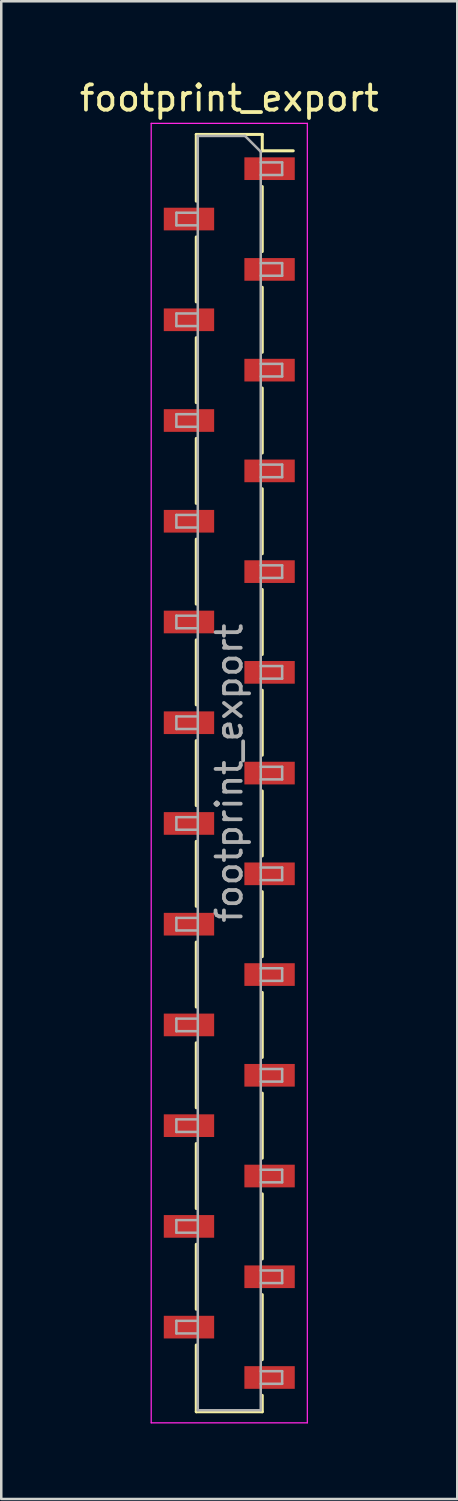
<source format=kicad_pcb>
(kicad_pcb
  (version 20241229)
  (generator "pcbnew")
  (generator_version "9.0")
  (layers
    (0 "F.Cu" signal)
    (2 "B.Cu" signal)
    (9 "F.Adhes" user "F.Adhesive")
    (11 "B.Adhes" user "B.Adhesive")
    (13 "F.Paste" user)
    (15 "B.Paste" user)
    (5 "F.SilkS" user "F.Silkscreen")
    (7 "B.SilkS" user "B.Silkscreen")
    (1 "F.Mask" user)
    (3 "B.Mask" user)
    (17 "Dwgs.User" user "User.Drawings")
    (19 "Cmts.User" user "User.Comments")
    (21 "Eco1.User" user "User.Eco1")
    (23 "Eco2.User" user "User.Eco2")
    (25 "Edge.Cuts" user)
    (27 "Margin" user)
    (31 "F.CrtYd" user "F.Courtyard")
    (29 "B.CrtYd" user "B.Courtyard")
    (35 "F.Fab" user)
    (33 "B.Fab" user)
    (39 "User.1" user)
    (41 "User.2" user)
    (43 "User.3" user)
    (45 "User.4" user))
  (footprint "footprint_export"
    (layer "F.Cu")
    (at 6.054 27.648)
    (property "Reference" "footprint_export" (at 0 -26.8 0) (layer "F.SilkS") (effects (font (size 1 1) (thickness 0.15))))
    (attr smd)
    (fp_line (start -1.31 -25.36) (end -1.31 -22.71) (stroke (width 0.12) (type solid)) (layer "F.SilkS"))
    (fp_line (start -1.31 -25.36) (end 1.31 -25.36) (stroke (width 0.12) (type solid)) (layer "F.SilkS"))
    (fp_line (start -1.31 -21.29) (end -1.31 -18.71) (stroke (width 0.12) (type solid)) (layer "F.SilkS"))
    (fp_line (start -1.31 -17.29) (end -1.31 -14.71) (stroke (width 0.12) (type solid)) (layer "F.SilkS"))
    (fp_line (start -1.31 -13.29) (end -1.31 -10.71) (stroke (width 0.12) (type solid)) (layer "F.SilkS"))
    (fp_line (start -1.31 -9.29) (end -1.31 -6.71) (stroke (width 0.12) (type solid)) (layer "F.SilkS"))
    (fp_line (start -1.31 -5.29) (end -1.31 -2.71) (stroke (width 0.12) (type solid)) (layer "F.SilkS"))
    (fp_line (start -1.31 -1.29) (end -1.31 1.29) (stroke (width 0.12) (type solid)) (layer "F.SilkS"))
    (fp_line (start -1.31 2.71) (end -1.31 5.29) (stroke (width 0.12) (type solid)) (layer "F.SilkS"))
    (fp_line (start -1.31 6.71) (end -1.31 9.29) (stroke (width 0.12) (type solid)) (layer "F.SilkS"))
    (fp_line (start -1.31 10.71) (end -1.31 13.29) (stroke (width 0.12) (type solid)) (layer "F.SilkS"))
    (fp_line (start -1.31 14.71) (end -1.31 17.29) (stroke (width 0.12) (type solid)) (layer "F.SilkS"))
    (fp_line (start -1.31 18.71) (end -1.31 21.29) (stroke (width 0.12) (type solid)) (layer "F.SilkS"))
    (fp_line (start -1.31 22.71) (end -1.31 25.36) (stroke (width 0.12) (type solid)) (layer "F.SilkS"))
    (fp_line (start -1.31 25.36) (end 1.31 25.36) (stroke (width 0.12) (type solid)) (layer "F.SilkS"))
    (fp_line (start 1.31 -25.36) (end 1.31 -24.71) (stroke (width 0.12) (type solid)) (layer "F.SilkS"))
    (fp_line (start 1.31 -24.71) (end 2.54 -24.71) (stroke (width 0.12) (type solid)) (layer "F.SilkS"))
    (fp_line (start 1.31 -23.29) (end 1.31 -20.71) (stroke (width 0.12) (type solid)) (layer "F.SilkS"))
    (fp_line (start 1.31 -19.29) (end 1.31 -16.71) (stroke (width 0.12) (type solid)) (layer "F.SilkS"))
    (fp_line (start 1.31 -15.29) (end 1.31 -12.71) (stroke (width 0.12) (type solid)) (layer "F.SilkS"))
    (fp_line (start 1.31 -11.29) (end 1.31 -8.71) (stroke (width 0.12) (type solid)) (layer "F.SilkS"))
    (fp_line (start 1.31 -7.29) (end 1.31 -4.71) (stroke (width 0.12) (type solid)) (layer "F.SilkS"))
    (fp_line (start 1.31 -3.29) (end 1.31 -0.71) (stroke (width 0.12) (type solid)) (layer "F.SilkS"))
    (fp_line (start 1.31 0.71) (end 1.31 3.29) (stroke (width 0.12) (type solid)) (layer "F.SilkS"))
    (fp_line (start 1.31 4.71) (end 1.31 7.29) (stroke (width 0.12) (type solid)) (layer "F.SilkS"))
    (fp_line (start 1.31 8.71) (end 1.31 11.29) (stroke (width 0.12) (type solid)) (layer "F.SilkS"))
    (fp_line (start 1.31 12.71) (end 1.31 15.29) (stroke (width 0.12) (type solid)) (layer "F.SilkS"))
    (fp_line (start 1.31 16.71) (end 1.31 19.29) (stroke (width 0.12) (type solid)) (layer "F.SilkS"))
    (fp_line (start 1.31 20.71) (end 1.31 23.29) (stroke (width 0.12) (type solid)) (layer "F.SilkS"))
    (fp_line (start 1.31 24.71) (end 1.31 25.36) (stroke (width 0.12) (type solid)) (layer "F.SilkS"))
    (fp_line (start -3.1 -25.8) (end 3.1 -25.8) (stroke (width 0.05) (type solid)) (layer "F.CrtYd"))
    (fp_line (start -3.1 25.8) (end -3.1 -25.8) (stroke (width 0.05) (type solid)) (layer "F.CrtYd"))
    (fp_line (start 3.1 -25.8) (end 3.1 25.8) (stroke (width 0.05) (type solid)) (layer "F.CrtYd"))
    (fp_line (start 3.1 25.8) (end -3.1 25.8) (stroke (width 0.05) (type solid)) (layer "F.CrtYd"))
    (fp_line (start -2.1 -22.25) (end -1.25 -22.25) (stroke (width 0.1) (type solid)) (layer "F.Fab"))
    (fp_line (start -2.1 -21.75) (end -2.1 -22.25) (stroke (width 0.1) (type solid)) (layer "F.Fab"))
    (fp_line (start -2.1 -18.25) (end -1.25 -18.25) (stroke (width 0.1) (type solid)) (layer "F.Fab"))
    (fp_line (start -2.1 -17.75) (end -2.1 -18.25) (stroke (width 0.1) (type solid)) (layer "F.Fab"))
    (fp_line (start -2.1 -14.25) (end -1.25 -14.25) (stroke (width 0.1) (type solid)) (layer "F.Fab"))
    (fp_line (start -2.1 -13.75) (end -2.1 -14.25) (stroke (width 0.1) (type solid)) (layer "F.Fab"))
    (fp_line (start -2.1 -10.25) (end -1.25 -10.25) (stroke (width 0.1) (type solid)) (layer "F.Fab"))
    (fp_line (start -2.1 -9.75) (end -2.1 -10.25) (stroke (width 0.1) (type solid)) (layer "F.Fab"))
    (fp_line (start -2.1 -6.25) (end -1.25 -6.25) (stroke (width 0.1) (type solid)) (layer "F.Fab"))
    (fp_line (start -2.1 -5.75) (end -2.1 -6.25) (stroke (width 0.1) (type solid)) (layer "F.Fab"))
    (fp_line (start -2.1 -2.25) (end -1.25 -2.25) (stroke (width 0.1) (type solid)) (layer "F.Fab"))
    (fp_line (start -2.1 -1.75) (end -2.1 -2.25) (stroke (width 0.1) (type solid)) (layer "F.Fab"))
    (fp_line (start -2.1 1.75) (end -1.25 1.75) (stroke (width 0.1) (type solid)) (layer "F.Fab"))
    (fp_line (start -2.1 2.25) (end -2.1 1.75) (stroke (width 0.1) (type solid)) (layer "F.Fab"))
    (fp_line (start -2.1 5.75) (end -1.25 5.75) (stroke (width 0.1) (type solid)) (layer "F.Fab"))
    (fp_line (start -2.1 6.25) (end -2.1 5.75) (stroke (width 0.1) (type solid)) (layer "F.Fab"))
    (fp_line (start -2.1 9.75) (end -1.25 9.75) (stroke (width 0.1) (type solid)) (layer "F.Fab"))
    (fp_line (start -2.1 10.25) (end -2.1 9.75) (stroke (width 0.1) (type solid)) (layer "F.Fab"))
    (fp_line (start -2.1 13.75) (end -1.25 13.75) (stroke (width 0.1) (type solid)) (layer "F.Fab"))
    (fp_line (start -2.1 14.25) (end -2.1 13.75) (stroke (width 0.1) (type solid)) (layer "F.Fab"))
    (fp_line (start -2.1 17.75) (end -1.25 17.75) (stroke (width 0.1) (type solid)) (layer "F.Fab"))
    (fp_line (start -2.1 18.25) (end -2.1 17.75) (stroke (width 0.1) (type solid)) (layer "F.Fab"))
    (fp_line (start -2.1 21.75) (end -1.25 21.75) (stroke (width 0.1) (type solid)) (layer "F.Fab"))
    (fp_line (start -2.1 22.25) (end -2.1 21.75) (stroke (width 0.1) (type solid)) (layer "F.Fab"))
    (fp_line (start -1.25 -25.3) (end 0.625 -25.3) (stroke (width 0.1) (type solid)) (layer "F.Fab"))
    (fp_line (start -1.25 -21.75) (end -2.1 -21.75) (stroke (width 0.1) (type solid)) (layer "F.Fab"))
    (fp_line (start -1.25 -17.75) (end -2.1 -17.75) (stroke (width 0.1) (type solid)) (layer "F.Fab"))
    (fp_line (start -1.25 -13.75) (end -2.1 -13.75) (stroke (width 0.1) (type solid)) (layer "F.Fab"))
    (fp_line (start -1.25 -9.75) (end -2.1 -9.75) (stroke (width 0.1) (type solid)) (layer "F.Fab"))
    (fp_line (start -1.25 -5.75) (end -2.1 -5.75) (stroke (width 0.1) (type solid)) (layer "F.Fab"))
    (fp_line (start -1.25 -1.75) (end -2.1 -1.75) (stroke (width 0.1) (type solid)) (layer "F.Fab"))
    (fp_line (start -1.25 2.25) (end -2.1 2.25) (stroke (width 0.1) (type solid)) (layer "F.Fab"))
    (fp_line (start -1.25 6.25) (end -2.1 6.25) (stroke (width 0.1) (type solid)) (layer "F.Fab"))
    (fp_line (start -1.25 10.25) (end -2.1 10.25) (stroke (width 0.1) (type solid)) (layer "F.Fab"))
    (fp_line (start -1.25 14.25) (end -2.1 14.25) (stroke (width 0.1) (type solid)) (layer "F.Fab"))
    (fp_line (start -1.25 18.25) (end -2.1 18.25) (stroke (width 0.1) (type solid)) (layer "F.Fab"))
    (fp_line (start -1.25 22.25) (end -2.1 22.25) (stroke (width 0.1) (type solid)) (layer "F.Fab"))
    (fp_line (start -1.25 25.3) (end -1.25 -25.3) (stroke (width 0.1) (type solid)) (layer "F.Fab"))
    (fp_line (start 0.625 -25.3) (end 1.25 -24.675) (stroke (width 0.1) (type solid)) (layer "F.Fab"))
    (fp_line (start 1.25 -24.675) (end 1.25 25.3) (stroke (width 0.1) (type solid)) (layer "F.Fab"))
    (fp_line (start 1.25 -24.25) (end 2.1 -24.25) (stroke (width 0.1) (type solid)) (layer "F.Fab"))
    (fp_line (start 1.25 -20.25) (end 2.1 -20.25) (stroke (width 0.1) (type solid)) (layer "F.Fab"))
    (fp_line (start 1.25 -16.25) (end 2.1 -16.25) (stroke (width 0.1) (type solid)) (layer "F.Fab"))
    (fp_line (start 1.25 -12.25) (end 2.1 -12.25) (stroke (width 0.1) (type solid)) (layer "F.Fab"))
    (fp_line (start 1.25 -8.25) (end 2.1 -8.25) (stroke (width 0.1) (type solid)) (layer "F.Fab"))
    (fp_line (start 1.25 -4.25) (end 2.1 -4.25) (stroke (width 0.1) (type solid)) (layer "F.Fab"))
    (fp_line (start 1.25 -0.25) (end 2.1 -0.25) (stroke (width 0.1) (type solid)) (layer "F.Fab"))
    (fp_line (start 1.25 3.75) (end 2.1 3.75) (stroke (width 0.1) (type solid)) (layer "F.Fab"))
    (fp_line (start 1.25 7.75) (end 2.1 7.75) (stroke (width 0.1) (type solid)) (layer "F.Fab"))
    (fp_line (start 1.25 11.75) (end 2.1 11.75) (stroke (width 0.1) (type solid)) (layer "F.Fab"))
    (fp_line (start 1.25 15.75) (end 2.1 15.75) (stroke (width 0.1) (type solid)) (layer "F.Fab"))
    (fp_line (start 1.25 19.75) (end 2.1 19.75) (stroke (width 0.1) (type solid)) (layer "F.Fab"))
    (fp_line (start 1.25 23.75) (end 2.1 23.75) (stroke (width 0.1) (type solid)) (layer "F.Fab"))
    (fp_line (start 1.25 25.3) (end -1.25 25.3) (stroke (width 0.1) (type solid)) (layer "F.Fab"))
    (fp_line (start 2.1 -24.25) (end 2.1 -23.75) (stroke (width 0.1) (type solid)) (layer "F.Fab"))
    (fp_line (start 2.1 -23.75) (end 1.25 -23.75) (stroke (width 0.1) (type solid)) (layer "F.Fab"))
    (fp_line (start 2.1 -20.25) (end 2.1 -19.75) (stroke (width 0.1) (type solid)) (layer "F.Fab"))
    (fp_line (start 2.1 -19.75) (end 1.25 -19.75) (stroke (width 0.1) (type solid)) (layer "F.Fab"))
    (fp_line (start 2.1 -16.25) (end 2.1 -15.75) (stroke (width 0.1) (type solid)) (layer "F.Fab"))
    (fp_line (start 2.1 -15.75) (end 1.25 -15.75) (stroke (width 0.1) (type solid)) (layer "F.Fab"))
    (fp_line (start 2.1 -12.25) (end 2.1 -11.75) (stroke (width 0.1) (type solid)) (layer "F.Fab"))
    (fp_line (start 2.1 -11.75) (end 1.25 -11.75) (stroke (width 0.1) (type solid)) (layer "F.Fab"))
    (fp_line (start 2.1 -8.25) (end 2.1 -7.75) (stroke (width 0.1) (type solid)) (layer "F.Fab"))
    (fp_line (start 2.1 -7.75) (end 1.25 -7.75) (stroke (width 0.1) (type solid)) (layer "F.Fab"))
    (fp_line (start 2.1 -4.25) (end 2.1 -3.75) (stroke (width 0.1) (type solid)) (layer "F.Fab"))
    (fp_line (start 2.1 -3.75) (end 1.25 -3.75) (stroke (width 0.1) (type solid)) (layer "F.Fab"))
    (fp_line (start 2.1 -0.25) (end 2.1 0.25) (stroke (width 0.1) (type solid)) (layer "F.Fab"))
    (fp_line (start 2.1 0.25) (end 1.25 0.25) (stroke (width 0.1) (type solid)) (layer "F.Fab"))
    (fp_line (start 2.1 3.75) (end 2.1 4.25) (stroke (width 0.1) (type solid)) (layer "F.Fab"))
    (fp_line (start 2.1 4.25) (end 1.25 4.25) (stroke (width 0.1) (type solid)) (layer "F.Fab"))
    (fp_line (start 2.1 7.75) (end 2.1 8.25) (stroke (width 0.1) (type solid)) (layer "F.Fab"))
    (fp_line (start 2.1 8.25) (end 1.25 8.25) (stroke (width 0.1) (type solid)) (layer "F.Fab"))
    (fp_line (start 2.1 11.75) (end 2.1 12.25) (stroke (width 0.1) (type solid)) (layer "F.Fab"))
    (fp_line (start 2.1 12.25) (end 1.25 12.25) (stroke (width 0.1) (type solid)) (layer "F.Fab"))
    (fp_line (start 2.1 15.75) (end 2.1 16.25) (stroke (width 0.1) (type solid)) (layer "F.Fab"))
    (fp_line (start 2.1 16.25) (end 1.25 16.25) (stroke (width 0.1) (type solid)) (layer "F.Fab"))
    (fp_line (start 2.1 19.75) (end 2.1 20.25) (stroke (width 0.1) (type solid)) (layer "F.Fab"))
    (fp_line (start 2.1 20.25) (end 1.25 20.25) (stroke (width 0.1) (type solid)) (layer "F.Fab"))
    (fp_line (start 2.1 23.75) (end 2.1 24.25) (stroke (width 0.1) (type solid)) (layer "F.Fab"))
    (fp_line (start 2.1 24.25) (end 1.25 24.25) (stroke (width 0.1) (type solid)) (layer "F.Fab"))
    (fp_text user "${REFERENCE}" (at 0 0 90) (layer "F.Fab") (effects (font (size 1 1) (thickness 0.15))))
    (pad "1" smd rect (at 1.6 -24) (size 2 0.9) (layers "F.Cu" "F.Mask" "F.Paste"))
    (pad "2" smd rect (at -1.6 -22) (size 2 0.9) (layers "F.Cu" "F.Mask" "F.Paste"))
    (pad "3" smd rect (at 1.6 -20) (size 2 0.9) (layers "F.Cu" "F.Mask" "F.Paste"))
    (pad "4" smd rect (at -1.6 -18) (size 2 0.9) (layers "F.Cu" "F.Mask" "F.Paste"))
    (pad "5" smd rect (at 1.6 -16) (size 2 0.9) (layers "F.Cu" "F.Mask" "F.Paste"))
    (pad "6" smd rect (at -1.6 -14) (size 2 0.9) (layers "F.Cu" "F.Mask" "F.Paste"))
    (pad "7" smd rect (at 1.6 -12) (size 2 0.9) (layers "F.Cu" "F.Mask" "F.Paste"))
    (pad "8" smd rect (at -1.6 -10) (size 2 0.9) (layers "F.Cu" "F.Mask" "F.Paste"))
    (pad "9" smd rect (at 1.6 -8) (size 2 0.9) (layers "F.Cu" "F.Mask" "F.Paste"))
    (pad "10" smd rect (at -1.6 -6) (size 2 0.9) (layers "F.Cu" "F.Mask" "F.Paste"))
    (pad "11" smd rect (at 1.6 -4) (size 2 0.9) (layers "F.Cu" "F.Mask" "F.Paste"))
    (pad "12" smd rect (at -1.6 -2) (size 2 0.9) (layers "F.Cu" "F.Mask" "F.Paste"))
    (pad "13" smd rect (at 1.6 0) (size 2 0.9) (layers "F.Cu" "F.Mask" "F.Paste"))
    (pad "14" smd rect (at -1.6 2) (size 2 0.9) (layers "F.Cu" "F.Mask" "F.Paste"))
    (pad "15" smd rect (at 1.6 4) (size 2 0.9) (layers "F.Cu" "F.Mask" "F.Paste"))
    (pad "16" smd rect (at -1.6 6) (size 2 0.9) (layers "F.Cu" "F.Mask" "F.Paste"))
    (pad "17" smd rect (at 1.6 8) (size 2 0.9) (layers "F.Cu" "F.Mask" "F.Paste"))
    (pad "18" smd rect (at -1.6 10) (size 2 0.9) (layers "F.Cu" "F.Mask" "F.Paste"))
    (pad "19" smd rect (at 1.6 12) (size 2 0.9) (layers "F.Cu" "F.Mask" "F.Paste"))
    (pad "20" smd rect (at -1.6 14) (size 2 0.9) (layers "F.Cu" "F.Mask" "F.Paste"))
    (pad "21" smd rect (at 1.6 16) (size 2 0.9) (layers "F.Cu" "F.Mask" "F.Paste"))
    (pad "22" smd rect (at -1.6 18) (size 2 0.9) (layers "F.Cu" "F.Mask" "F.Paste"))
    (pad "23" smd rect (at 1.6 20) (size 2 0.9) (layers "F.Cu" "F.Mask" "F.Paste"))
    (pad "24" smd rect (at -1.6 22) (size 2 0.9) (layers "F.Cu" "F.Mask" "F.Paste"))
    (pad "25" smd rect (at 1.6 24) (size 2 0.9) (layers "F.Cu" "F.Mask" "F.Paste")))
  (gr_rect
    (start -3 -3)
    (end 15.107 56.473)
    (stroke (width 0.1) (type default))
    (fill no)
    (layer "Edge.Cuts")))
</source>
